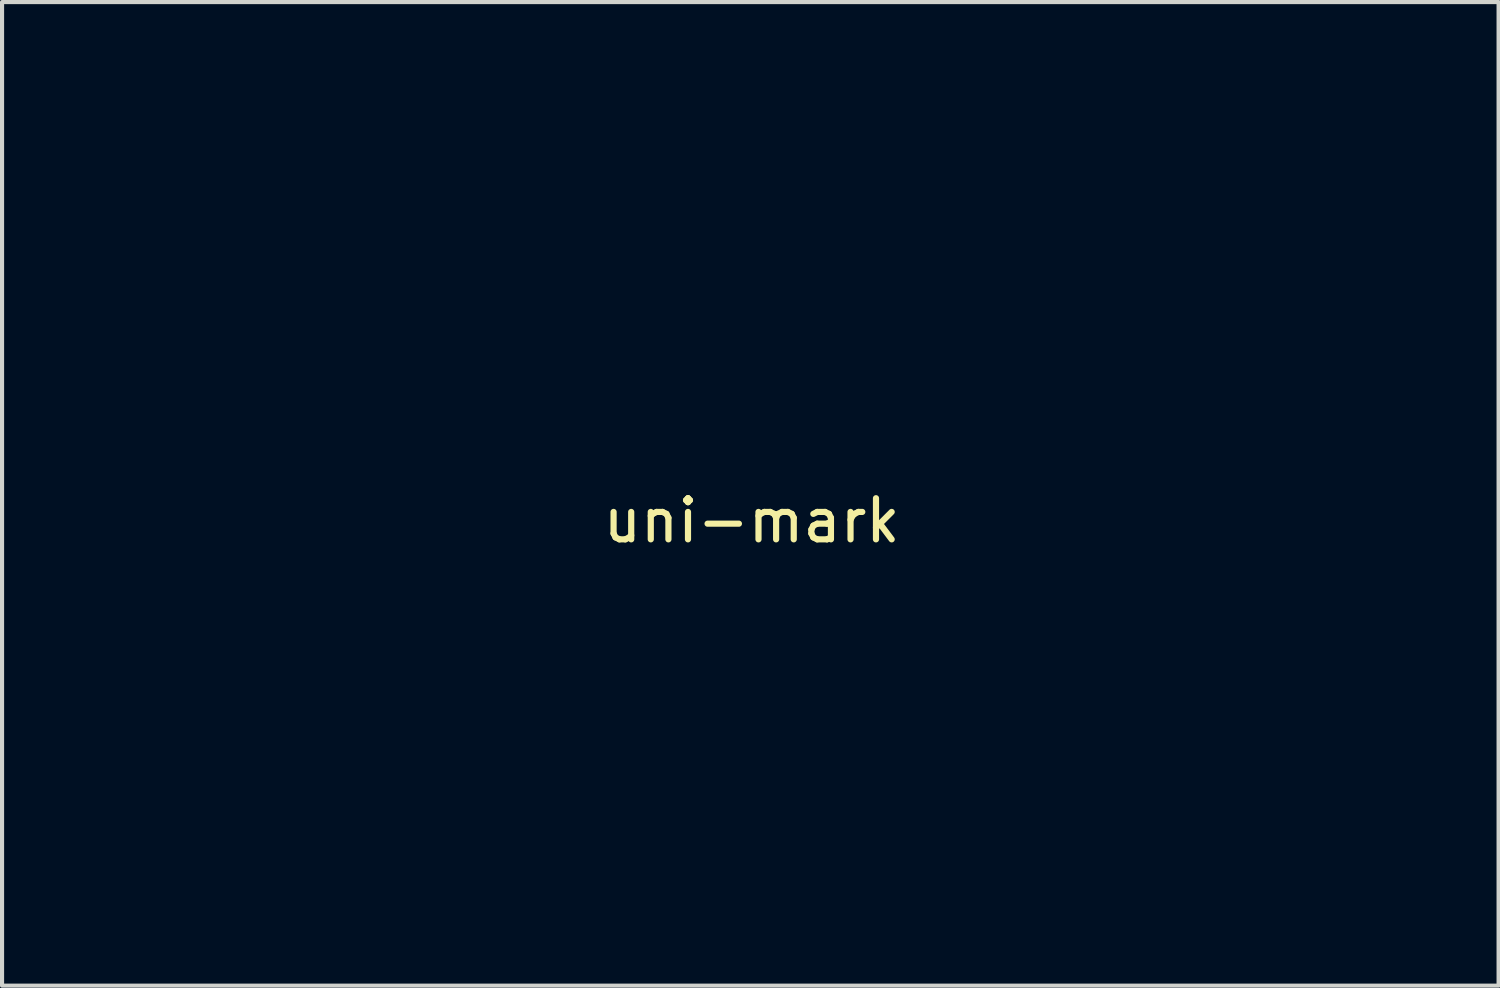
<source format=kicad_pcb>
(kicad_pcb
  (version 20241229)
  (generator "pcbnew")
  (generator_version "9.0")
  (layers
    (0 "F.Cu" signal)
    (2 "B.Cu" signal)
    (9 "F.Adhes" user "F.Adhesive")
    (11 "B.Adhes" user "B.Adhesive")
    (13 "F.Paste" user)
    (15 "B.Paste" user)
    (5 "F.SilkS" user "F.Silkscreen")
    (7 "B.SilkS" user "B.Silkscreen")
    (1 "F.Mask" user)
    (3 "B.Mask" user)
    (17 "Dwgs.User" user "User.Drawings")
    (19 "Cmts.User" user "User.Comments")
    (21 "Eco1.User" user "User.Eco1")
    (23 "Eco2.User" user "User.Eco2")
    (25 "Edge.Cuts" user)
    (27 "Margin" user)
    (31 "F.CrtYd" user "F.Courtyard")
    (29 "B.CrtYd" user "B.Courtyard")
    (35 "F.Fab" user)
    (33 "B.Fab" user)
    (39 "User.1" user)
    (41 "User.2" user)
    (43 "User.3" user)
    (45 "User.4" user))
  (footprint "uni-mark"
    (layer "F.Cu")
    (at 15.227 10.11)
    (property "Reference" "uni-mark" (at 0 -0.5 0) (unlocked yes) (layer "F.SilkS") (effects (font (size 1 1) (thickness 0.15))))
    (attr board_only)
    (fp_poly (pts (xy 0.459 -1.135) (xy 0.573 -1.119) (xy 0.613 -1.111) (xy 0.728 -1.082) (xy 0.839 -1.045) (xy 0.948 -1) (xy 1.055 -0.946) (xy 1.159 -0.884) (xy 1.26 -0.813) (xy 1.309 -0.775) (xy 1.339 -0.75) (xy 1.374 -0.719) (xy 1.411 -0.684) (xy 1.449 -0.647) (xy 1.486 -0.609) (xy 1.521 -0.572) (xy 1.553 -0.537) (xy 1.58 -0.506) (xy 1.585 -0.499) (xy 1.661 -0.398) (xy 1.728 -0.293) (xy 1.787 -0.187) (xy 1.837 -0.078) (xy 1.878 0.033) (xy 1.911 0.147) (xy 1.936 0.263) (xy 1.952 0.381) (xy 1.953 0.391) (xy 1.955 0.424) (xy 1.956 0.463) (xy 1.956 0.507) (xy 1.956 0.553) (xy 1.954 0.598) (xy 1.952 0.641) (xy 1.949 0.681) (xy 1.945 0.713) (xy 1.944 0.72) (xy 1.926 0.82) (xy 1.902 0.914) (xy 1.893 0.943) (xy 1.874 1.002) (xy 1.903 1.002) (xy 1.91 1.001) (xy 1.925 1.001) (xy 1.948 1.001) (xy 1.979 1.001) (xy 2.018 1) (xy 2.065 0.999) (xy 2.118 0.999) (xy 2.177 0.998) (xy 2.243 0.997) (xy 2.315 0.996) (xy 2.393 0.995) (xy 2.476 0.994) (xy 2.564 0.993) (xy 2.657 0.992) (xy 2.754 0.99) (xy 2.855 0.989) (xy 2.96 0.988) (xy 3.069 0.986) (xy 3.18 0.985) (xy 3.294 0.983) (xy 3.411 0.981) (xy 3.53 0.98) (xy 3.53 0.98) (xy 3.674 0.978) (xy 3.813 0.976) (xy 3.946 0.974) (xy 4.073 0.973) (xy 4.194 0.971) (xy 4.308 0.97) (xy 4.416 0.968) (xy 4.518 0.967) (xy 4.613 0.966) (xy 4.7 0.965) (xy 4.781 0.964) (xy 4.854 0.964) (xy 4.92 0.963) (xy 4.979 0.962) (xy 5.029 0.962) (xy 5.071 0.962) (xy 5.106 0.962) (xy 5.132 0.962) (xy 5.149 0.962) (xy 5.158 0.962) (xy 5.159 0.962) (xy 5.226 0.975) (xy 5.289 0.995) (xy 5.349 1.023) (xy 5.403 1.059) (xy 5.453 1.101) (xy 5.497 1.151) (xy 5.512 1.17) (xy 5.546 1.226) (xy 5.573 1.285) (xy 5.591 1.347) (xy 5.602 1.41) (xy 5.604 1.475) (xy 5.599 1.539) (xy 5.584 1.603) (xy 5.563 1.663) (xy 5.551 1.688) (xy 5.537 1.713) (xy 5.521 1.738) (xy 5.501 1.764) (xy 5.477 1.792) (xy 5.448 1.824) (xy 5.414 1.86) (xy 5.366 1.91) (xy 5.323 1.956) (xy 5.284 1.999) (xy 5.245 2.044) (xy 5.207 2.09) (xy 5.198 2.1) (xy 5.132 2.183) (xy 5.07 2.267) (xy 5.012 2.35) (xy 4.959 2.434) (xy 4.91 2.516) (xy 4.866 2.597) (xy 4.826 2.676) (xy 4.792 2.752) (xy 4.764 2.826) (xy 4.741 2.897) (xy 4.725 2.963) (xy 4.714 3.026) (xy 4.71 3.083) (xy 4.712 3.136) (xy 4.72 3.184) (xy 4.733 3.228) (xy 4.751 3.267) (xy 4.775 3.305) (xy 4.79 3.324) (xy 4.815 3.354) (xy 4.843 3.351) (xy 4.893 3.342) (xy 4.947 3.326) (xy 5.007 3.303) (xy 5.071 3.273) (xy 5.139 3.236) (xy 5.21 3.193) (xy 5.286 3.143) (xy 5.365 3.087) (xy 5.448 3.025) (xy 5.533 2.957) (xy 5.621 2.883) (xy 5.712 2.803) (xy 5.72 2.796) (xy 5.74 2.777) (xy 5.766 2.753) (xy 5.796 2.724) (xy 5.83 2.691) (xy 5.867 2.655) (xy 5.906 2.617) (xy 5.945 2.578) (xy 5.985 2.538) (xy 6.025 2.499) (xy 6.062 2.461) (xy 6.098 2.425) (xy 6.13 2.392) (xy 6.159 2.362) (xy 6.182 2.337) (xy 6.188 2.331) (xy 6.276 2.234) (xy 6.367 2.132) (xy 6.459 2.026) (xy 6.551 1.917) (xy 6.642 1.807) (xy 6.732 1.696) (xy 6.819 1.587) (xy 6.902 1.479) (xy 6.98 1.375) (xy 7.053 1.275) (xy 7.058 1.268) (xy 7.102 1.211) (xy 7.147 1.162) (xy 7.194 1.121) (xy 7.242 1.087) (xy 7.294 1.061) (xy 7.349 1.041) (xy 7.409 1.027) (xy 7.412 1.026) (xy 7.476 1.02) (xy 7.539 1.021) (xy 7.601 1.031) (xy 7.662 1.049) (xy 7.719 1.074) (xy 7.774 1.105) (xy 7.824 1.143) (xy 7.869 1.188) (xy 7.909 1.238) (xy 7.942 1.293) (xy 7.944 1.297) (xy 7.969 1.355) (xy 7.985 1.417) (xy 7.994 1.48) (xy 7.995 1.544) (xy 7.988 1.608) (xy 7.973 1.671) (xy 7.951 1.731) (xy 7.943 1.747) (xy 7.931 1.768) (xy 7.915 1.795) (xy 7.893 1.827) (xy 7.867 1.865) (xy 7.836 1.907) (xy 7.802 1.954) (xy 7.764 2.004) (xy 7.724 2.058) (xy 7.681 2.114) (xy 7.636 2.172) (xy 7.589 2.232) (xy 7.54 2.293) (xy 7.491 2.355) (xy 7.441 2.417) (xy 7.391 2.478) (xy 7.341 2.539) (xy 7.291 2.598) (xy 7.243 2.655) (xy 7.21 2.693) (xy 7.109 2.809) (xy 7.006 2.923) (xy 6.903 3.035) (xy 6.799 3.144) (xy 6.696 3.249) (xy 6.595 3.35) (xy 6.497 3.445) (xy 6.401 3.534) (xy 6.354 3.576) (xy 6.228 3.686) (xy 6.104 3.787) (xy 5.982 3.88) (xy 5.863 3.965) (xy 5.747 4.041) (xy 5.633 4.109) (xy 5.521 4.169) (xy 5.411 4.22) (xy 5.304 4.263) (xy 5.199 4.298) (xy 5.096 4.325) (xy 4.996 4.343) (xy 4.897 4.353) (xy 4.8 4.355) (xy 4.706 4.349) (xy 4.613 4.335) (xy 4.566 4.325) (xy 4.479 4.299) (xy 4.395 4.264) (xy 4.314 4.222) (xy 4.236 4.171) (xy 4.161 4.112) (xy 4.089 4.045) (xy 4.053 4.007) (xy 3.982 3.923) (xy 3.92 3.836) (xy 3.866 3.747) (xy 3.819 3.655) (xy 3.781 3.56) (xy 3.751 3.46) (xy 3.728 3.356) (xy 3.716 3.28) (xy 3.713 3.252) (xy 3.711 3.216) (xy 3.709 3.176) (xy 3.708 3.133) (xy 3.708 3.089) (xy 3.708 3.046) (xy 3.71 3.006) (xy 3.712 2.971) (xy 3.714 2.95) (xy 3.732 2.82) (xy 3.76 2.69) (xy 3.795 2.56) (xy 3.832 2.453) (xy 3.843 2.422) (xy 3.856 2.389) (xy 3.87 2.355) (xy 3.884 2.321) (xy 3.899 2.288) (xy 3.913 2.257) (xy 3.926 2.228) (xy 3.938 2.203) (xy 3.948 2.183) (xy 3.957 2.168) (xy 3.962 2.16) (xy 3.965 2.159) (xy 3.966 2.159) (xy 3.965 2.157) (xy 3.966 2.15) (xy 3.966 2.149) (xy 3.967 2.149) (xy 3.969 2.151) (xy 3.972 2.149) (xy 3.969 2.146) (xy 3.967 2.149) (xy 3.966 2.149) (xy 3.969 2.14) (xy 3.972 2.14) (xy 3.974 2.142) (xy 3.976 2.14) (xy 3.974 2.138) (xy 3.972 2.14) (xy 3.969 2.14) (xy 3.97 2.139) (xy 3.973 2.131) (xy 3.976 2.131) (xy 3.978 2.133) (xy 3.98 2.131) (xy 3.978 2.129) (xy 3.976 2.131) (xy 3.973 2.131) (xy 3.975 2.126) (xy 3.977 2.122) (xy 3.98 2.122) (xy 3.983 2.124) (xy 3.985 2.122) (xy 3.983 2.12) (xy 3.98 2.122) (xy 3.977 2.122) (xy 3.982 2.113) (xy 3.985 2.113) (xy 3.987 2.115) (xy 3.989 2.113) (xy 3.987 2.111) (xy 3.985 2.113) (xy 3.982 2.113) (xy 3.982 2.112) (xy 3.987 2.104) (xy 3.989 2.104) (xy 3.991 2.107) (xy 3.994 2.104) (xy 3.991 2.102) (xy 3.989 2.104) (xy 3.987 2.104) (xy 3.988 2.102) (xy 3.993 2.097) (xy 3.997 2.093) (xy 4.003 2.082) (xy 4.011 2.067) (xy 4.018 2.054) (xy 4.028 2.034) (xy 4.038 2.016) (xy 4.046 2.001) (xy 4.05 1.995) (xy 4.06 1.978) (xy 4.01 1.978) (xy 4.002 1.978) (xy 3.986 1.978) (xy 3.961 1.979) (xy 3.928 1.979) (xy 3.887 1.979) (xy 3.84 1.98) (xy 3.785 1.981) (xy 3.724 1.982) (xy 3.657 1.982) (xy 3.584 1.983) (xy 3.505 1.984) (xy 3.42 1.986) (xy 3.331 1.987) (xy 3.238 1.988) (xy 3.139 1.989) (xy 3.037 1.991) (xy 2.932 1.992) (xy 2.823 1.994) (xy 2.711 1.995) (xy 2.596 1.997) (xy 2.479 1.998) (xy 2.367 2) (xy 0.773 2.021) (xy -3.222 4.874) (xy -3.392 4.995) (xy -3.56 5.115) (xy -3.727 5.234) (xy -3.891 5.351) (xy -4.053 5.467) (xy -4.213 5.581) (xy -4.371 5.694) (xy -4.526 5.804) (xy -4.678 5.913) (xy -4.827 6.019) (xy -4.973 6.124) (xy -5.116 6.226) (xy -5.256 6.325) (xy -5.393 6.423) (xy -5.525 6.517) (xy -5.654 6.609) (xy -5.779 6.699) (xy -5.9 6.785) (xy -6.017 6.868) (xy -6.13 6.948) (xy -6.238 7.025) (xy -6.341 7.099) (xy -6.44 7.169) (xy -6.533 7.236) (xy -6.622 7.299) (xy -6.705 7.358) (xy -6.783 7.414) (xy -6.856 7.466) (xy -6.922 7.513) (xy -6.983 7.557) (xy -7.038 7.596) (xy -7.087 7.63) (xy -7.13 7.661) (xy -7.166 7.687) (xy -7.196 7.708) (xy -7.219 7.724) (xy -7.235 7.735) (xy -7.244 7.742) (xy -7.246 7.743) (xy -7.279 7.76) (xy -7.317 7.776) (xy -7.358 7.79) (xy -7.379 7.796) (xy -7.404 7.801) (xy -7.434 7.805) (xy -7.468 7.807) (xy -7.503 7.807) (xy -7.537 7.807) (xy -7.566 7.804) (xy -7.58 7.802) (xy -7.646 7.785) (xy -7.708 7.761) (xy -7.766 7.729) (xy -7.818 7.691) (xy -7.865 7.646) (xy -7.905 7.596) (xy -7.939 7.539) (xy -7.967 7.477) (xy -7.969 7.47) (xy -7.986 7.408) (xy -7.995 7.345) (xy -7.995 7.281) (xy -7.988 7.218) (xy -7.973 7.156) (xy -7.95 7.096) (xy -7.919 7.04) (xy -7.904 7.017) (xy -7.895 7.004) (xy -7.885 6.992) (xy -7.875 6.98) (xy -7.864 6.968) (xy -7.85 6.953) (xy -7.832 6.936) (xy -7.811 6.916) (xy -7.785 6.891) (xy -7.753 6.862) (xy -7.748 6.857) (xy -7.689 6.802) (xy -7.626 6.742) (xy -7.56 6.677) (xy -7.492 6.609) (xy -7.423 6.539) (xy -7.354 6.468) (xy -7.286 6.397) (xy -7.221 6.328) (xy -7.159 6.261) (xy -7.102 6.198) (xy -7.051 6.14) (xy -6.92 5.985) (xy -6.797 5.83) (xy -6.681 5.675) (xy -6.573 5.522) (xy -6.473 5.369) (xy -6.381 5.217) (xy -6.297 5.067) (xy -6.221 4.918) (xy -6.153 4.77) (xy -6.094 4.624) (xy -6.043 4.479) (xy -6 4.337) (xy -5.966 4.196) (xy -5.946 4.092) (xy -5.939 4.048) (xy -5.933 4.009) (xy -5.928 3.975) (xy -5.924 3.942) (xy -5.922 3.91) (xy -5.92 3.877) (xy -5.919 3.84) (xy -5.918 3.799) (xy -5.917 3.752) (xy -5.917 3.728) (xy -5.918 3.68) (xy -5.918 3.639) (xy -5.919 3.605) (xy -5.92 3.574) (xy -5.921 3.546) (xy -5.924 3.52) (xy -5.927 3.494) (xy -5.931 3.466) (xy -5.936 3.435) (xy -5.938 3.422) (xy -5.951 3.352) (xy -5.967 3.286) (xy -5.986 3.222) (xy -6.009 3.157) (xy -6.034 3.098) (xy -6.06 3.045) (xy -6.09 2.995) (xy -6.123 2.945) (xy -6.127 2.94) (xy -6.166 2.882) (xy -6.196 2.821) (xy -6.217 2.759) (xy -6.23 2.696) (xy -6.233 2.631) (xy -6.228 2.565) (xy -6.216 2.504) (xy -6.197 2.444) (xy -6.17 2.388) (xy -6.136 2.336) (xy -6.096 2.288) (xy -6.05 2.246) (xy -6 2.21) (xy -5.947 2.18) (xy -5.889 2.156) (xy -5.83 2.14) (xy -5.768 2.132) (xy -5.706 2.131) (xy -5.687 2.133) (xy -5.623 2.143) (xy -5.564 2.159) (xy -5.509 2.182) (xy -5.457 2.212) (xy -5.408 2.25) (xy -5.362 2.295) (xy -5.316 2.349) (xy -5.304 2.364) (xy -5.236 2.462) (xy -5.173 2.567) (xy -5.117 2.678) (xy -5.066 2.794) (xy -5.022 2.915) (xy -4.985 3.04) (xy -4.954 3.169) (xy -4.931 3.301) (xy -4.93 3.305) (xy -4.924 3.345) (xy -4.92 3.381) (xy -4.916 3.415) (xy -4.913 3.447) (xy -4.91 3.479) (xy -4.908 3.513) (xy -4.907 3.55) (xy -4.906 3.591) (xy -4.906 3.638) (xy -4.906 3.692) (xy -4.906 3.697) (xy -4.906 3.754) (xy -4.906 3.803) (xy -4.907 3.846) (xy -4.908 3.885) (xy -4.91 3.922) (xy -4.913 3.957) (xy -4.916 3.993) (xy -4.92 4.03) (xy -4.926 4.072) (xy -4.932 4.118) (xy -4.933 4.123) (xy -4.956 4.265) (xy -4.985 4.41) (xy -5.021 4.556) (xy -5.063 4.703) (xy -5.11 4.847) (xy -5.162 4.989) (xy -5.174 5.017) (xy -5.183 5.041) (xy -5.162 5.025) (xy -5.157 5.022) (xy -5.145 5.013) (xy -5.127 5) (xy -5.101 4.982) (xy -5.07 4.959) (xy -5.032 4.932) (xy -4.988 4.901) (xy -4.938 4.865) (xy -4.883 4.826) (xy -4.822 4.782) (xy -4.756 4.735) (xy -4.684 4.684) (xy -4.608 4.63) (xy -4.528 4.572) (xy -4.443 4.511) (xy -4.353 4.448) (xy -4.26 4.381) (xy -4.163 4.312) (xy -4.062 4.24) (xy -3.958 4.165) (xy -3.85 4.088) (xy -3.739 4.009) (xy -3.626 3.928) (xy -3.51 3.845) (xy -3.391 3.761) (xy -3.27 3.674) (xy -3.147 3.587) (xy -3.022 3.498) (xy -2.942 3.44) (xy -2.816 3.35) (xy -2.692 3.262) (xy -2.57 3.175) (xy -2.451 3.089) (xy -2.333 3.005) (xy -2.219 2.924) (xy -2.107 2.844) (xy -1.998 2.766) (xy -1.892 2.69) (xy -1.789 2.617) (xy -1.69 2.546) (xy -1.595 2.478) (xy -1.504 2.413) (xy -1.417 2.351) (xy -1.334 2.292) (xy -1.256 2.236) (xy -1.183 2.183) (xy -1.114 2.134) (xy -1.051 2.089) (xy -0.993 2.047) (xy -0.94 2.01) (xy -0.893 1.976) (xy -0.853 1.947) (xy -0.818 1.922) (xy -0.789 1.902) (xy -0.767 1.886) (xy -0.752 1.875) (xy -0.744 1.869) (xy -0.742 1.868) (xy -0.745 1.864) (xy -0.755 1.857) (xy -0.769 1.847) (xy -0.786 1.836) (xy -0.791 1.833) (xy -0.87 1.777) (xy -0.947 1.715) (xy -1.02 1.647) (xy -1.088 1.574) (xy -1.149 1.498) (xy -1.184 1.448) (xy -1.235 1.368) (xy -1.279 1.288) (xy -1.317 1.206) (xy -1.33 1.172) (xy -1.368 1.067) (xy -1.397 0.958) (xy -1.418 0.847) (xy -1.431 0.734) (xy -1.436 0.62) (xy -1.435 0.581) (xy -0.429 0.581) (xy -0.429 0.643) (xy -0.424 0.7) (xy -0.414 0.752) (xy -0.398 0.8) (xy -0.377 0.846) (xy -0.346 0.895) (xy -0.308 0.938) (xy -0.263 0.976) (xy -0.212 1.008) (xy -0.154 1.035) (xy -0.09 1.055) (xy -0.02 1.07) (xy 0.033 1.077) (xy 0.059 1.079) (xy 0.092 1.079) (xy 0.13 1.079) (xy 0.169 1.079) (xy 0.208 1.077) (xy 0.245 1.075) (xy 0.277 1.072) (xy 0.286 1.071) (xy 0.342 1.063) (xy 0.39 1.055) (xy 0.431 1.046) (xy 0.467 1.036) (xy 0.5 1.025) (xy 0.515 1.019) (xy 0.596 0.981) (xy 0.668 0.94) (xy 0.733 0.897) (xy 0.79 0.851) (xy 0.839 0.802) (xy 0.879 0.751) (xy 0.911 0.697) (xy 0.934 0.641) (xy 0.942 0.618) (xy 0.952 0.564) (xy 0.954 0.508) (xy 0.949 0.449) (xy 0.937 0.389) (xy 0.918 0.329) (xy 0.892 0.269) (xy 0.86 0.21) (xy 0.822 0.153) (xy 0.779 0.099) (xy 0.736 0.054) (xy 0.677 0.003) (xy 0.615 -0.041) (xy 0.55 -0.076) (xy 0.482 -0.103) (xy 0.413 -0.122) (xy 0.342 -0.132) (xy 0.293 -0.134) (xy 0.241 -0.132) (xy 0.192 -0.126) (xy 0.143 -0.115) (xy 0.093 -0.099) (xy 0.04 -0.077) (xy 0.006 -0.061) (xy -0.068 -0.02) (xy -0.136 0.027) (xy -0.198 0.08) (xy -0.254 0.14) (xy -0.303 0.205) (xy -0.345 0.275) (xy -0.355 0.294) (xy -0.379 0.346) (xy -0.397 0.393) (xy -0.411 0.439) (xy -0.42 0.485) (xy -0.426 0.534) (xy -0.429 0.581) (xy -1.435 0.581) (xy -1.433 0.505) (xy -1.421 0.39) (xy -1.402 0.275) (xy -1.375 0.161) (xy -1.34 0.049) (xy -1.297 -0.061) (xy -1.267 -0.129) (xy -1.245 -0.173) (xy -1.225 -0.211) (xy -1.206 -0.247) (xy -1.185 -0.282) (xy -1.161 -0.319) (xy -1.143 -0.347) (xy -1.098 -0.411) (xy -1.052 -0.471) (xy -1.003 -0.529) (xy -0.949 -0.588) (xy -0.921 -0.616) (xy -0.83 -0.702) (xy -0.734 -0.78) (xy -0.634 -0.851) (xy -0.529 -0.915) (xy -0.418 -0.972) (xy -0.347 -1.004) (xy -0.231 -1.049) (xy -0.115 -1.085) (xy 0.000006 -1.113) (xy 0.115 -1.132) (xy 0.23 -1.142) (xy 0.344 -1.143)) (stroke (width 0) (type solid)) (fill yes) (layer "F.Mask"))
    (fp_poly (pts (xy -1.958 -2.712) (xy -2.028 -2.711) (xy -2.079 -2.706) (xy -2.121 -2.695) (xy -2.166 -2.676) (xy -2.178 -2.669) (xy -2.283 -2.601) (xy -2.37 -2.509) (xy -2.426 -2.42) (xy -2.447 -2.377) (xy -2.459 -2.339) (xy -2.466 -2.295) (xy -2.468 -2.236) (xy -2.468 -2.195) (xy -2.467 -2.121) (xy -2.462 -2.068) (xy -2.451 -2.025) (xy -2.435 -1.985) (xy -2.434 -1.983) (xy -2.379 -1.894) (xy -2.311 -1.816) (xy -2.237 -1.758) (xy -2.231 -1.754) (xy -2.21 -1.744) (xy -2.163 -1.725) (xy -2.091 -1.695) (xy -1.995 -1.657) (xy -1.878 -1.61) (xy -1.74 -1.555) (xy -1.584 -1.493) (xy -1.41 -1.425) (xy -1.22 -1.35) (xy -1.016 -1.27) (xy -0.799 -1.185) (xy -0.571 -1.096) (xy -0.333 -1.003) (xy -0.087 -0.907) (xy 0.112 -0.829) (xy 0.408 -0.714) (xy 0.678 -0.609) (xy 0.922 -0.514) (xy 1.142 -0.428) (xy 1.34 -0.352) (xy 1.516 -0.284) (xy 1.672 -0.223) (xy 1.81 -0.171) (xy 1.93 -0.125) (xy 2.034 -0.085) (xy 2.124 -0.052) (xy 2.2 -0.024) (xy 2.264 -0.001) (xy 2.318 0.018) (xy 2.362 0.032) (xy 2.398 0.044) (xy 2.427 0.052) (xy 2.451 0.057) (xy 2.47 0.061) (xy 2.487 0.063) (xy 2.503 0.064) (xy 2.505 0.064) (xy 2.587 0.064) (xy 2.657 0.056) (xy 2.68 0.049) (xy 2.791 -0.001) (xy 2.883 -0.072) (xy 2.956 -0.159) (xy 3.008 -0.257) (xy 3.038 -0.365) (xy 3.046 -0.476) (xy 3.029 -0.587) (xy 2.988 -0.694) (xy 2.92 -0.793) (xy 2.91 -0.805) (xy 2.822 -0.883) (xy 2.749 -0.924) (xy 2.726 -0.934) (xy 2.676 -0.954) (xy 2.601 -0.984) (xy 2.503 -1.022) (xy 2.383 -1.07) (xy 2.243 -1.125) (xy 2.085 -1.187) (xy 1.909 -1.256) (xy 1.718 -1.331) (xy 1.513 -1.411) (xy 1.295 -1.496) (xy 1.067 -1.585) (xy 0.829 -1.678) (xy 0.583 -1.774) (xy 0.42 -1.838) (xy -1.823 -2.712)) (stroke (width 0) (type solid)) (fill yes) (layer "B.Mask"))
    (fp_poly (pts (xy -2.703 -1.438) (xy -2.803 -1.413) (xy -2.895 -1.363) (xy -2.963 -1.308) (xy -3.045 -1.214) (xy -3.102 -1.108) (xy -3.131 -0.995) (xy -3.134 -0.878) (xy -3.11 -0.762) (xy -3.058 -0.65) (xy -3.03 -0.608) (xy -2.987 -0.559) (xy -2.937 -0.514) (xy -2.92 -0.501) (xy -2.899 -0.491) (xy -2.852 -0.47) (xy -2.78 -0.439) (xy -2.685 -0.399) (xy -2.568 -0.35) (xy -2.431 -0.293) (xy -2.275 -0.228) (xy -2.102 -0.157) (xy -1.913 -0.079) (xy -1.71 0.004) (xy -1.494 0.092) (xy -1.267 0.184) (xy -1.03 0.28) (xy -0.785 0.38) (xy -0.585 0.461) (xy -0.289 0.58) (xy -0.021 0.689) (xy 0.223 0.787) (xy 0.443 0.876) (xy 0.64 0.955) (xy 0.816 1.026) (xy 0.972 1.088) (xy 1.109 1.143) (xy 1.229 1.19) (xy 1.333 1.231) (xy 1.423 1.266) (xy 1.499 1.295) (xy 1.563 1.318) (xy 1.616 1.338) (xy 1.659 1.353) (xy 1.695 1.364) (xy 1.724 1.372) (xy 1.747 1.378) (xy 1.766 1.382) (xy 1.782 1.384) (xy 1.792 1.385) (xy 1.871 1.384) (xy 1.939 1.375) (xy 1.961 1.37) (xy 2.075 1.318) (xy 2.175 1.245) (xy 2.255 1.155) (xy 2.299 1.078) (xy 2.321 1.007) (xy 2.332 0.919) (xy 2.333 0.825) (xy 2.324 0.736) (xy 2.304 0.662) (xy 2.3 0.653) (xy 2.257 0.581) (xy 2.199 0.51) (xy 2.134 0.449) (xy 2.078 0.412) (xy 2.058 0.403) (xy 2.011 0.383) (xy 1.939 0.353) (xy 1.845 0.314) (xy 1.728 0.267) (xy 1.591 0.211) (xy 1.436 0.147) (xy 1.263 0.077) (xy 1.075 0.000345) (xy 0.872 -0.082) (xy 0.657 -0.169) (xy 0.431 -0.261) (xy 0.195 -0.356) (xy -0.049 -0.455) (xy -0.226 -0.527) (xy -0.518 -0.645) (xy -0.784 -0.752) (xy -1.025 -0.85) (xy -1.242 -0.937) (xy -1.436 -1.016) (xy -1.61 -1.085) (xy -1.763 -1.147) (xy -1.898 -1.201) (xy -2.016 -1.248) (xy -2.118 -1.288) (xy -2.206 -1.322) (xy -2.281 -1.35) (xy -2.343 -1.374) (xy -2.396 -1.393) (xy -2.439 -1.407) (xy -2.474 -1.419) (xy -2.503 -1.427) (xy -2.526 -1.433) (xy -2.546 -1.437) (xy -2.564 -1.439) (xy -2.58 -1.44) (xy -2.588 -1.441)) (stroke (width 0) (type solid)) (fill yes) (layer "B.Mask"))
    (fp_poly (pts (xy 0.775 -10.105) (xy 0.644 -10.096) (xy 0.533 -10.081) (xy 0.499 -10.075) (xy 0.264 -10.012) (xy 0.052 -9.931) (xy -0.137 -9.831) (xy -0.303 -9.714) (xy -0.444 -9.578) (xy -0.562 -9.424) (xy -0.656 -9.253) (xy -0.725 -9.065) (xy -0.77 -8.86) (xy -0.781 -8.77) (xy -0.788 -8.556) (xy -0.769 -8.328) (xy -0.723 -8.087) (xy -0.65 -7.833) (xy -0.576 -7.629) (xy -0.516 -7.487) (xy -0.442 -7.329) (xy -0.358 -7.161) (xy -0.267 -6.993) (xy -0.175 -6.83) (xy -0.085 -6.681) (xy -0.026 -6.591) (xy 0.03 -6.509) (xy -2.18 -6.501) (xy -4.389 -6.493) (xy -4.509 -6.459) (xy -4.706 -6.387) (xy -4.896 -6.288) (xy -5.075 -6.163) (xy -5.243 -6.014) (xy -5.398 -5.843) (xy -5.539 -5.652) (xy -5.664 -5.442) (xy -5.773 -5.215) (xy -5.863 -4.973) (xy -5.933 -4.718) (xy -5.942 -4.677) (xy -5.961 -4.562) (xy -5.975 -4.429) (xy -5.983 -4.286) (xy -5.985 -4.141) (xy -5.981 -4.004) (xy -5.97 -3.884) (xy -5.965 -3.845) (xy -5.917 -3.628) (xy -5.849 -3.431) (xy -5.76 -3.252) (xy -5.647 -3.086) (xy -5.509 -2.931) (xy -5.501 -2.922) (xy -5.336 -2.78) (xy -5.155 -2.662) (xy -4.956 -2.568) (xy -4.74 -2.499) (xy -4.506 -2.453) (xy -4.477 -2.449) (xy -4.379 -2.441) (xy -4.262 -2.437) (xy -4.136 -2.438) (xy -4.008 -2.443) (xy -3.887 -2.452) (xy -3.78 -2.465) (xy -3.705 -2.478) (xy -3.469 -2.544) (xy -3.251 -2.631) (xy -3.046 -2.739) (xy -2.85 -2.872) (xy -2.66 -3.032) (xy -2.572 -3.117) (xy -2.388 -3.32) (xy -2.232 -3.532) (xy -2.103 -3.756) (xy -2.001 -3.992) (xy -1.924 -4.242) (xy -1.903 -4.33) (xy -1.885 -4.441) (xy -1.874 -4.569) (xy -1.869 -4.704) (xy -1.869 -4.767) (xy -2.914 -4.767) (xy -2.92 -4.618) (xy -2.927 -4.572) (xy -2.974 -4.388) (xy -3.047 -4.213) (xy -3.144 -4.05) (xy -3.262 -3.902) (xy -3.399 -3.772) (xy -3.551 -3.662) (xy -3.717 -3.575) (xy -3.888 -3.516) (xy -3.992 -3.497) (xy -4.113 -3.487) (xy -4.24 -3.486) (xy -4.362 -3.495) (xy -4.468 -3.513) (xy -4.476 -3.515) (xy -4.561 -3.539) (xy -4.626 -3.565) (xy -4.681 -3.597) (xy -4.735 -3.64) (xy -4.752 -3.655) (xy -4.827 -3.744) (xy -4.883 -3.854) (xy -4.92 -3.982) (xy -4.938 -4.126) (xy -4.936 -4.282) (xy -4.915 -4.448) (xy -4.873 -4.622) (xy -4.854 -4.686) (xy -4.795 -4.837) (xy -4.722 -4.98) (xy -4.639 -5.11) (xy -4.547 -5.225) (xy -4.451 -5.319) (xy -4.353 -5.388) (xy -4.32 -5.406) (xy -4.279 -5.424) (xy -4.244 -5.437) (xy -4.207 -5.445) (xy -4.162 -5.449) (xy -4.101 -5.451) (xy -4.029 -5.451) (xy -3.835 -5.443) (xy -3.653 -5.422) (xy -3.487 -5.387) (xy -3.342 -5.34) (xy -3.27 -5.308) (xy -3.149 -5.232) (xy -3.053 -5.138) (xy -2.981 -5.029) (xy -2.934 -4.904) (xy -2.914 -4.767) (xy -1.869 -4.767) (xy -1.87 -4.838) (xy -1.879 -4.961) (xy -1.894 -5.064) (xy -1.895 -5.069) (xy -1.918 -5.164) (xy -1.949 -5.268) (xy -1.982 -5.368) (xy -2.003 -5.424) (xy -2.004 -5.429) (xy -2 -5.432) (xy -1.992 -5.435) (xy -1.976 -5.438) (xy -1.952 -5.441) (xy -1.917 -5.443) (xy -1.871 -5.445) (xy -1.81 -5.447) (xy -1.735 -5.448) (xy -1.643 -5.449) (xy -1.532 -5.45) (xy -1.401 -5.451) (xy -1.248 -5.452) (xy -1.071 -5.453) (xy -0.87 -5.453) (xy -0.642 -5.454) (xy -0.396 -5.454) (xy 1.222 -5.458) (xy 1.298 -5.498) (xy 1.405 -5.57) (xy 1.489 -5.66) (xy 1.548 -5.765) (xy 1.581 -5.883) (xy 1.587 -5.939) (xy 1.589 -5.993) (xy 1.587 -6.041) (xy 1.58 -6.086) (xy 1.566 -6.132) (xy 1.544 -6.182) (xy 1.51 -6.24) (xy 1.465 -6.309) (xy 1.406 -6.391) (xy 1.331 -6.492) (xy 1.265 -6.579) (xy 1.066 -6.851) (xy 0.888 -7.111) (xy 0.731 -7.36) (xy 0.597 -7.596) (xy 0.484 -7.819) (xy 0.394 -8.028) (xy 0.328 -8.222) (xy 0.284 -8.401) (xy 0.265 -8.563) (xy 0.264 -8.602) (xy 0.268 -8.709) (xy 0.286 -8.794) (xy 0.321 -8.861) (xy 0.375 -8.914) (xy 0.453 -8.96) (xy 0.509 -8.985) (xy 0.646 -9.028) (xy 0.802 -9.055) (xy 0.97 -9.063) (xy 1.05 -9.061) (xy 1.286 -9.035) (xy 1.529 -8.98) (xy 1.775 -8.899) (xy 2.025 -8.791) (xy 2.274 -8.658) (xy 2.523 -8.502) (xy 2.768 -8.322) (xy 3.008 -8.12) (xy 3.204 -7.934) (xy 3.474 -7.644) (xy 3.719 -7.339) (xy 3.938 -7.018) (xy 4.132 -6.682) (xy 4.3 -6.329) (xy 4.335 -6.245) (xy 4.364 -6.173) (xy 4.395 -6.091) (xy 4.426 -6.004) (xy 4.457 -5.917) (xy 4.484 -5.835) (xy 4.507 -5.765) (xy 4.523 -5.71) (xy 4.53 -5.677) (xy 4.53 -5.673) (xy 4.517 -5.659) (xy 4.48 -5.641) (xy 4.431 -5.625) (xy 4.354 -5.598) (xy 4.259 -5.558) (xy 4.154 -5.508) (xy 4.047 -5.452) (xy 3.944 -5.394) (xy 3.853 -5.337) (xy 3.818 -5.314) (xy 3.725 -5.242) (xy 3.624 -5.154) (xy 3.522 -5.056) (xy 3.424 -4.954) (xy 3.339 -4.856) (xy 3.283 -4.783) (xy 3.154 -4.577) (xy 3.045 -4.354) (xy 2.961 -4.122) (xy 2.916 -3.95) (xy 2.899 -3.844) (xy 2.89 -3.718) (xy 2.887 -3.583) (xy 2.891 -3.446) (xy 2.902 -3.318) (xy 2.919 -3.208) (xy 2.924 -3.186) (xy 2.988 -2.974) (xy 3.073 -2.78) (xy 3.182 -2.6) (xy 3.317 -2.431) (xy 3.426 -2.319) (xy 3.601 -2.171) (xy 3.8 -2.04) (xy 4.019 -1.929) (xy 4.258 -1.837) (xy 4.515 -1.765) (xy 4.787 -1.714) (xy 4.83 -1.709) (xy 4.928 -1.698) (xy 5.041 -1.689) (xy 5.161 -1.683) (xy 5.284 -1.679) (xy 5.401 -1.677) (xy 5.507 -1.678) (xy 5.595 -1.681) (xy 5.648 -1.686) (xy 5.826 -1.721) (xy 6.007 -1.776) (xy 6.178 -1.846) (xy 6.297 -1.908) (xy 6.485 -2.035) (xy 6.658 -2.187) (xy 6.815 -2.362) (xy 6.953 -2.557) (xy 7.072 -2.771) (xy 7.17 -3.002) (xy 7.247 -3.248) (xy 7.271 -3.351) (xy 7.282 -3.424) (xy 7.291 -3.519) (xy 7.297 -3.63) (xy 7.299 -3.749) (xy 7.299 -3.819) (xy 6.254 -3.819) (xy 6.252 -3.701) (xy 6.243 -3.586) (xy 6.227 -3.482) (xy 6.211 -3.418) (xy 6.144 -3.249) (xy 6.058 -3.1) (xy 5.955 -2.972) (xy 5.836 -2.869) (xy 5.703 -2.79) (xy 5.577 -2.742) (xy 5.519 -2.732) (xy 5.438 -2.727) (xy 5.34 -2.726) (xy 5.23 -2.729) (xy 5.116 -2.735) (xy 5.003 -2.746) (xy 4.897 -2.76) (xy 4.875 -2.764) (xy 4.672 -2.809) (xy 4.492 -2.868) (xy 4.336 -2.942) (xy 4.204 -3.03) (xy 4.098 -3.13) (xy 4.017 -3.242) (xy 3.962 -3.366) (xy 3.934 -3.501) (xy 3.934 -3.646) (xy 3.958 -3.786) (xy 4.017 -3.96) (xy 4.102 -4.12) (xy 4.21 -4.264) (xy 4.341 -4.392) (xy 4.493 -4.501) (xy 4.664 -4.589) (xy 4.77 -4.629) (xy 4.823 -4.646) (xy 4.866 -4.659) (xy 4.906 -4.668) (xy 4.951 -4.673) (xy 5.006 -4.676) (xy 5.077 -4.677) (xy 5.171 -4.678) (xy 5.183 -4.678) (xy 5.315 -4.676) (xy 5.423 -4.671) (xy 5.515 -4.66) (xy 5.598 -4.643) (xy 5.678 -4.617) (xy 5.761 -4.583) (xy 5.803 -4.563) (xy 5.935 -4.485) (xy 6.046 -4.385) (xy 6.135 -4.265) (xy 6.202 -4.127) (xy 6.234 -4.017) (xy 6.248 -3.927) (xy 6.254 -3.819) (xy 7.299 -3.819) (xy 7.299 -3.868) (xy 7.296 -3.981) (xy 7.289 -4.08) (xy 7.28 -4.158) (xy 7.278 -4.168) (xy 7.217 -4.404) (xy 7.131 -4.624) (xy 7.02 -4.829) (xy 6.887 -5.016) (xy 6.731 -5.184) (xy 6.553 -5.332) (xy 6.356 -5.459) (xy 6.286 -5.496) (xy 6.108 -5.575) (xy 5.921 -5.64) (xy 5.738 -5.686) (xy 5.737 -5.686) (xy 5.675 -5.699) (xy 5.636 -5.71) (xy 5.615 -5.722) (xy 5.604 -5.738) (xy 5.601 -5.75) (xy 5.54 -5.979) (xy 5.463 -6.223) (xy 5.372 -6.475) (xy 5.27 -6.726) (xy 5.161 -6.969) (xy 5.047 -7.196) (xy 5.029 -7.229) (xy 4.833 -7.563) (xy 4.619 -7.883) (xy 4.388 -8.187) (xy 4.14 -8.474) (xy 3.879 -8.742) (xy 3.605 -8.991) (xy 3.321 -9.218) (xy 3.027 -9.424) (xy 2.726 -9.605) (xy 2.418 -9.762) (xy 2.106 -9.893) (xy 1.792 -9.997) (xy 1.476 -10.071) (xy 1.455 -10.075) (xy 1.34 -10.092) (xy 1.207 -10.103) (xy 1.063 -10.109) (xy 0.917 -10.11)) (stroke (width 0) (type solid)) (fill yes) (layer "B.Mask"))
    (fp_text user "The Uni" (at -0.381 -5 0) (layer "F.Mask") (effects (font (size 5 5) (thickness 0.5))))
    (fp_text user "stenokeyboards.com" (at -0.032 4.191 0) (layer "B.Mask") (effects (font (size 2 2) (thickness 0.2)) (justify mirror))))
  (gr_rect
    (start -3 -3)
    (end 33.39 20.917)
    (stroke (width 0.1) (type default))
    (fill no)
    (layer "Edge.Cuts")))
</source>
